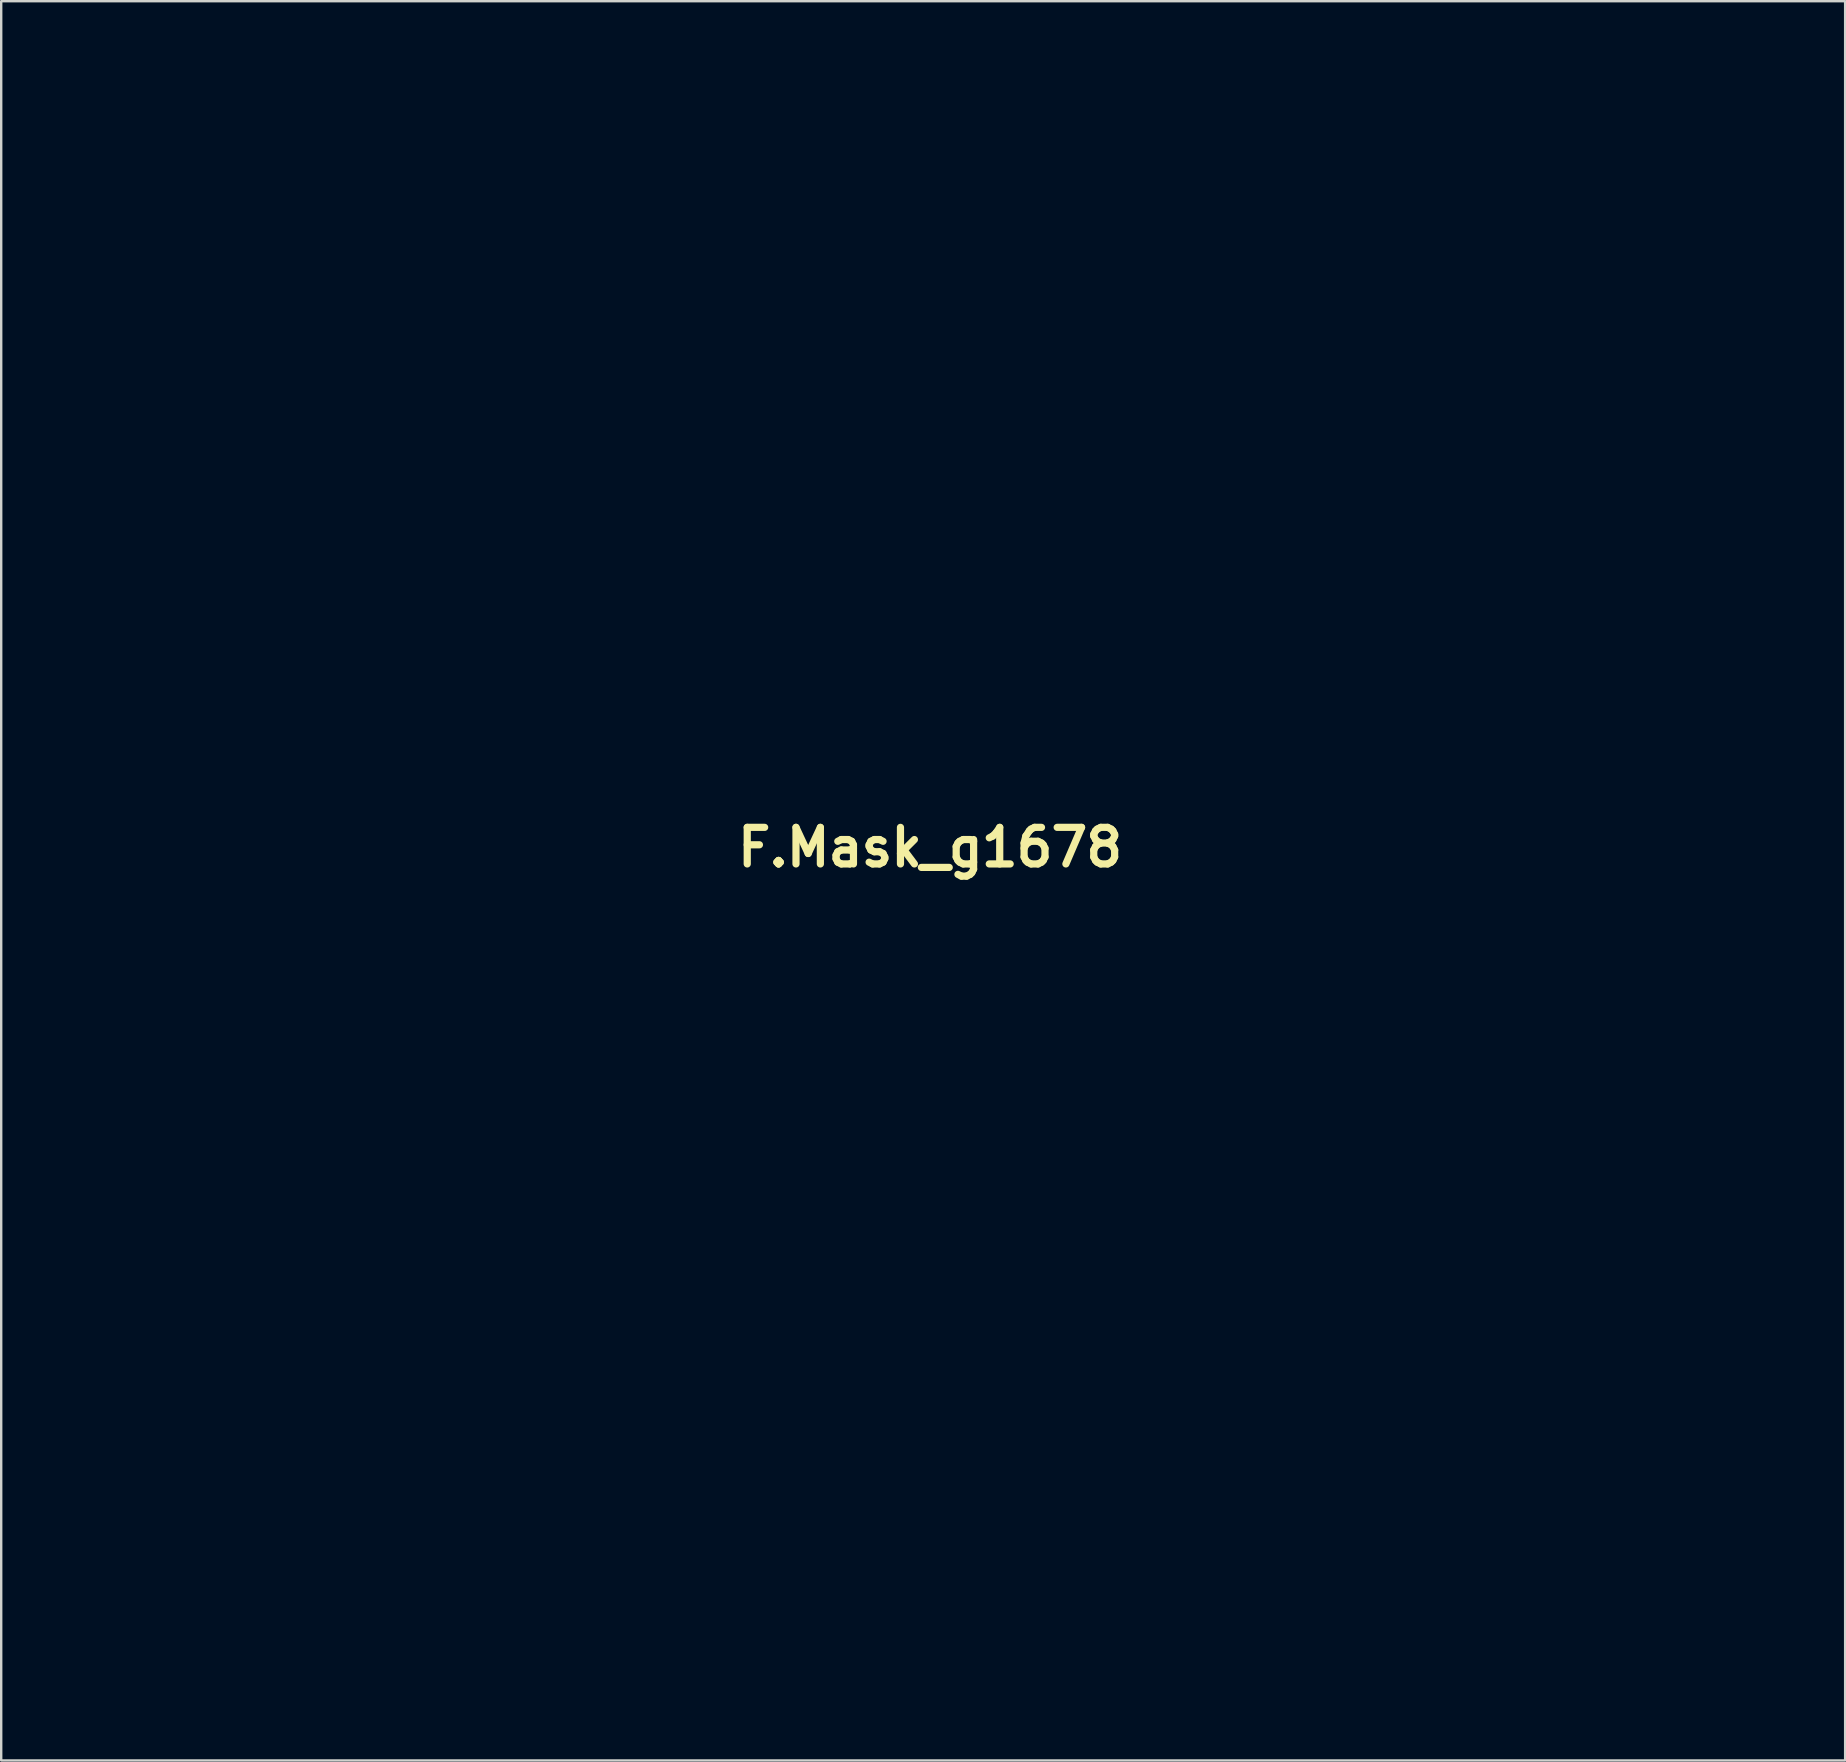
<source format=kicad_pcb>
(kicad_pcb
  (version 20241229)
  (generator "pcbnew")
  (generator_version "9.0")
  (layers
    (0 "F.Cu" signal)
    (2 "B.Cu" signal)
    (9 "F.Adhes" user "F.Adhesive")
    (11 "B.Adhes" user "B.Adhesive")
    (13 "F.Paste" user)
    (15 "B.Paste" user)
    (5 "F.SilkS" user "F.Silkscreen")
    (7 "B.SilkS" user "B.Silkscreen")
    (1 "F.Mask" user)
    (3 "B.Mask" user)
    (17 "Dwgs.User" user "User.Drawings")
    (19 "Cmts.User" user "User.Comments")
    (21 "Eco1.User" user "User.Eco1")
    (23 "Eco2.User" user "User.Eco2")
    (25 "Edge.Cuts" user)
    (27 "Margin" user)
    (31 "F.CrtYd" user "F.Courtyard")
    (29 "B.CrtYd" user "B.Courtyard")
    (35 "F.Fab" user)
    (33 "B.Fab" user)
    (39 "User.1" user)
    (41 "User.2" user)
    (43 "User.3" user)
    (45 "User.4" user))
  (footprint "F.Mask_g1678"
    (layer "F.Cu")
    (at 35.713 32.267)
    (property "Reference" "F.Mask_g1678" (at 0 0 0) (layer "F.SilkS") (effects (font (size 1.524 1.524) (thickness 0.3))))
    (attr through_hole)
    (fp_poly (pts (xy 6.057 34.041) (xy 6.191 34.048) (xy 6.295 34.058) (xy 6.297 34.058) (xy 6.511 34.097) (xy 6.714 34.15) (xy 6.899 34.215) (xy 7.058 34.289) (xy 7.184 34.37) (xy 7.225 34.404) (xy 7.275 34.458) (xy 7.294 34.5) (xy 7.278 34.529) (xy 7.227 34.547) (xy 7.138 34.554) (xy 7.011 34.55) (xy 6.89 34.541) (xy 6.564 34.524) (xy 6.206 34.529) (xy 5.819 34.553) (xy 5.406 34.597) (xy 4.971 34.66) (xy 4.519 34.742) (xy 4.052 34.842) (xy 3.627 34.946) (xy 3.461 34.989) (xy 3.332 35.019) (xy 3.234 35.039) (xy 3.164 35.049) (xy 3.117 35.049) (xy 3.089 35.04) (xy 3.079 35.029) (xy 3.085 35.001) (xy 3.125 34.957) (xy 3.192 34.899) (xy 3.284 34.832) (xy 3.394 34.757) (xy 3.519 34.679) (xy 3.654 34.599) (xy 3.795 34.522) (xy 3.936 34.45) (xy 3.981 34.428) (xy 4.262 34.312) (xy 4.572 34.212) (xy 4.903 34.13) (xy 5.244 34.07) (xy 5.333 34.058) (xy 5.447 34.048) (xy 5.588 34.041) (xy 5.744 34.038) (xy 5.904 34.038) (xy 6.057 34.041)) (stroke (width 0.01) (type solid)) (fill yes) (layer "F.Mask"))
    (fp_poly (pts (xy -35.195 -8.301) (xy -35.189 -8.296) (xy -35.159 -8.244) (xy -35.132 -8.154) (xy -35.107 -8.029) (xy -35.086 -7.873) (xy -35.069 -7.691) (xy -35.056 -7.486) (xy -35.047 -7.262) (xy -35.044 -7.023) (xy -35.044 -6.964) (xy -35.047 -6.73) (xy -35.054 -6.532) (xy -35.066 -6.364) (xy -35.086 -6.221) (xy -35.113 -6.096) (xy -35.15 -5.983) (xy -35.197 -5.876) (xy -35.256 -5.769) (xy -35.312 -5.682) (xy -35.364 -5.609) (xy -35.429 -5.53) (xy -35.498 -5.453) (xy -35.566 -5.383) (xy -35.625 -5.329) (xy -35.669 -5.297) (xy -35.685 -5.292) (xy -35.703 -5.31) (xy -35.708 -5.339) (xy -35.702 -5.379) (xy -35.687 -5.448) (xy -35.664 -5.536) (xy -35.647 -5.599) (xy -35.619 -5.701) (xy -35.593 -5.809) (xy -35.569 -5.928) (xy -35.546 -6.061) (xy -35.523 -6.213) (xy -35.499 -6.387) (xy -35.475 -6.586) (xy -35.45 -6.817) (xy -35.422 -7.081) (xy -35.393 -7.383) (xy -35.39 -7.408) (xy -35.366 -7.643) (xy -35.345 -7.838) (xy -35.324 -7.995) (xy -35.304 -8.118) (xy -35.285 -8.209) (xy -35.264 -8.27) (xy -35.243 -8.304) (xy -35.22 -8.314) (xy -35.195 -8.301)) (stroke (width 0.01) (type solid)) (fill yes) (layer "F.Mask"))
    (fp_poly (pts (xy 35.124 8.226) (xy 35.133 8.284) (xy 35.113 8.371) (xy 35.064 8.486) (xy 35.061 8.491) (xy 35.017 8.576) (xy 34.96 8.681) (xy 34.898 8.793) (xy 34.855 8.869) (xy 34.714 9.126) (xy 34.569 9.414) (xy 34.426 9.722) (xy 34.289 10.039) (xy 34.162 10.354) (xy 34.051 10.656) (xy 33.997 10.817) (xy 33.898 11.138) (xy 33.813 11.452) (xy 33.739 11.767) (xy 33.674 12.094) (xy 33.617 12.443) (xy 33.564 12.823) (xy 33.559 12.859) (xy 33.529 13.078) (xy 33.498 13.256) (xy 33.467 13.393) (xy 33.435 13.49) (xy 33.401 13.548) (xy 33.366 13.567) (xy 33.33 13.548) (xy 33.307 13.52) (xy 33.278 13.453) (xy 33.251 13.352) (xy 33.227 13.221) (xy 33.207 13.069) (xy 33.191 12.903) (xy 33.18 12.728) (xy 33.175 12.552) (xy 33.176 12.382) (xy 33.183 12.225) (xy 33.187 12.184) (xy 33.232 11.831) (xy 33.303 11.458) (xy 33.398 11.073) (xy 33.512 10.682) (xy 33.644 10.294) (xy 33.791 9.916) (xy 33.951 9.555) (xy 34.121 9.22) (xy 34.298 8.917) (xy 34.349 8.837) (xy 34.465 8.675) (xy 34.586 8.529) (xy 34.706 8.404) (xy 34.82 8.305) (xy 34.923 8.239) (xy 34.93 8.236) (xy 35.022 8.201) (xy 35.087 8.198) (xy 35.124 8.226)) (stroke (width 0.01) (type solid)) (fill yes) (layer "F.Mask"))
    (fp_poly (pts (xy -18.734 -32.116) (xy -18.724 -31.958) (xy -18.747 -31.79) (xy -18.803 -31.612) (xy -18.894 -31.422) (xy -19.02 -31.219) (xy -19.181 -31.002) (xy -19.379 -30.77) (xy -19.614 -30.521) (xy -19.773 -30.364) (xy -20.092 -30.067) (xy -20.427 -29.781) (xy -20.772 -29.51) (xy -21.123 -29.255) (xy -21.476 -29.02) (xy -21.827 -28.807) (xy -22.172 -28.618) (xy -22.507 -28.457) (xy -22.827 -28.326) (xy -23.128 -28.228) (xy -23.143 -28.223) (xy -23.258 -28.197) (xy -23.383 -28.176) (xy -23.509 -28.162) (xy -23.63 -28.154) (xy -23.736 -28.153) (xy -23.82 -28.16) (xy -23.873 -28.175) (xy -23.882 -28.182) (xy -23.91 -28.216) (xy -23.918 -28.234) (xy -23.908 -28.257) (xy -23.874 -28.288) (xy -23.814 -28.328) (xy -23.725 -28.38) (xy -23.604 -28.444) (xy -23.448 -28.523) (xy -23.421 -28.537) (xy -23.171 -28.665) (xy -22.928 -28.798) (xy -22.685 -28.941) (xy -22.436 -29.098) (xy -22.174 -29.272) (xy -21.892 -29.469) (xy -21.696 -29.609) (xy -21.274 -29.918) (xy -20.887 -30.209) (xy -20.533 -30.484) (xy -20.21 -30.745) (xy -19.914 -30.995) (xy -19.644 -31.234) (xy -19.397 -31.465) (xy -19.27 -31.59) (xy -19.152 -31.708) (xy -19.06 -31.803) (xy -18.99 -31.879) (xy -18.937 -31.941) (xy -18.897 -31.995) (xy -18.865 -32.045) (xy -18.837 -32.099) (xy -18.833 -32.107) (xy -18.758 -32.262) (xy -18.734 -32.116)) (stroke (width 0.01) (type solid)) (fill yes) (layer "F.Mask"))
    (fp_poly (pts (xy -18.41 30.517) (xy -18.226 30.539) (xy -18.025 30.572) (xy -17.808 30.614) (xy -17.58 30.665) (xy -17.344 30.724) (xy -17.101 30.791) (xy -16.857 30.865) (xy -16.613 30.946) (xy -16.373 31.033) (xy -16.14 31.124) (xy -15.917 31.22) (xy -15.78 31.285) (xy -15.569 31.392) (xy -15.349 31.515) (xy -15.122 31.651) (xy -14.891 31.798) (xy -14.659 31.953) (xy -14.429 32.115) (xy -14.203 32.28) (xy -13.985 32.447) (xy -13.777 32.614) (xy -13.582 32.777) (xy -13.404 32.935) (xy -13.244 33.085) (xy -13.106 33.226) (xy -12.992 33.355) (xy -12.906 33.469) (xy -12.85 33.566) (xy -12.827 33.645) (xy -12.827 33.654) (xy -12.84 33.689) (xy -12.88 33.694) (xy -12.949 33.671) (xy -12.991 33.649) (xy -13.037 33.622) (xy -13.109 33.574) (xy -13.2 33.51) (xy -13.305 33.436) (xy -13.415 33.356) (xy -13.415 33.356) (xy -13.968 32.968) (xy -14.54 32.6) (xy -15.138 32.249) (xy -15.769 31.91) (xy -15.961 31.813) (xy -16.393 31.603) (xy -16.8 31.419) (xy -17.186 31.258) (xy -17.559 31.12) (xy -17.923 31) (xy -18.284 30.897) (xy -18.352 30.88) (xy -18.535 30.832) (xy -18.68 30.79) (xy -18.791 30.753) (xy -18.871 30.72) (xy -18.924 30.689) (xy -18.953 30.658) (xy -18.961 30.635) (xy -18.951 30.582) (xy -18.903 30.543) (xy -18.822 30.518) (xy -18.711 30.506) (xy -18.573 30.506) (xy -18.41 30.517)) (stroke (width 0.01) (type solid)) (fill yes) (layer "F.Mask"))
    (fp_poly (pts (xy -28.873 4.803) (xy -28.848 4.831) (xy -28.826 4.883) (xy -28.806 4.963) (xy -28.786 5.077) (xy -28.765 5.228) (xy -28.763 5.245) (xy -28.735 5.453) (xy -28.705 5.626) (xy -28.671 5.773) (xy -28.633 5.901) (xy -28.587 6.018) (xy -28.554 6.088) (xy -28.446 6.263) (xy -28.306 6.413) (xy -28.132 6.539) (xy -27.923 6.641) (xy -27.824 6.678) (xy -27.716 6.704) (xy -27.574 6.719) (xy -27.406 6.725) (xy -27.219 6.721) (xy -27.02 6.707) (xy -26.968 6.702) (xy -26.859 6.691) (xy -26.764 6.683) (xy -26.692 6.679) (xy -26.652 6.679) (xy -26.646 6.68) (xy -26.628 6.71) (xy -26.644 6.751) (xy -26.69 6.8) (xy -26.759 6.854) (xy -26.847 6.91) (xy -26.948 6.963) (xy -27.057 7.012) (xy -27.168 7.051) (xy -27.273 7.078) (xy -27.448 7.104) (xy -27.643 7.117) (xy -27.837 7.116) (xy -27.94 7.11) (xy -28.136 7.076) (xy -28.329 7.013) (xy -28.508 6.927) (xy -28.66 6.823) (xy -28.661 6.821) (xy -28.755 6.721) (xy -28.842 6.582) (xy -28.92 6.412) (xy -28.987 6.213) (xy -29.041 5.992) (xy -29.049 5.951) (xy -29.064 5.85) (xy -29.074 5.723) (xy -29.08 5.58) (xy -29.083 5.432) (xy -29.081 5.29) (xy -29.075 5.164) (xy -29.065 5.066) (xy -29.06 5.039) (xy -29.032 4.948) (xy -28.993 4.871) (xy -28.949 4.816) (xy -28.905 4.794) (xy -28.903 4.794) (xy -28.873 4.803)) (stroke (width 0.01) (type solid)) (fill yes) (layer "F.Mask"))
    (fp_poly (pts (xy 20.662 -30.963) (xy 20.691 -30.949) (xy 20.733 -30.925) (xy 20.788 -30.889) (xy 20.858 -30.84) (xy 20.946 -30.777) (xy 21.053 -30.699) (xy 21.18 -30.605) (xy 21.329 -30.492) (xy 21.502 -30.361) (xy 21.699 -30.209) (xy 21.924 -30.037) (xy 22.177 -29.841) (xy 22.46 -29.622) (xy 22.774 -29.379) (xy 22.789 -29.367) (xy 23.182 -29.063) (xy 23.544 -28.783) (xy 23.876 -28.527) (xy 24.181 -28.293) (xy 24.462 -28.08) (xy 24.719 -27.886) (xy 24.955 -27.709) (xy 25.172 -27.548) (xy 25.371 -27.402) (xy 25.556 -27.27) (xy 25.727 -27.149) (xy 25.888 -27.038) (xy 26.039 -26.936) (xy 26.183 -26.841) (xy 26.322 -26.752) (xy 26.458 -26.667) (xy 26.469 -26.66) (xy 26.608 -26.572) (xy 26.711 -26.5) (xy 26.779 -26.443) (xy 26.813 -26.399) (xy 26.815 -26.367) (xy 26.787 -26.345) (xy 26.785 -26.344) (xy 26.743 -26.335) (xy 26.688 -26.335) (xy 26.609 -26.347) (xy 26.524 -26.364) (xy 26.347 -26.41) (xy 26.141 -26.477) (xy 25.913 -26.563) (xy 25.669 -26.665) (xy 25.416 -26.779) (xy 25.229 -26.87) (xy 24.819 -27.089) (xy 24.401 -27.337) (xy 23.981 -27.611) (xy 23.562 -27.908) (xy 23.148 -28.223) (xy 22.744 -28.554) (xy 22.353 -28.896) (xy 21.981 -29.246) (xy 21.631 -29.601) (xy 21.308 -29.956) (xy 21.015 -30.308) (xy 20.757 -30.654) (xy 20.67 -30.781) (xy 20.622 -30.864) (xy 20.604 -30.925) (xy 20.616 -30.959) (xy 20.644 -30.967) (xy 20.662 -30.963)) (stroke (width 0.01) (type solid)) (fill yes) (layer "F.Mask"))
    (fp_poly (pts (xy 0.375 11.255) (xy 0.655 11.278) (xy 0.958 11.314) (xy 1.277 11.361) (xy 1.607 11.419) (xy 1.942 11.487) (xy 2.277 11.564) (xy 2.605 11.649) (xy 2.921 11.741) (xy 3.021 11.772) (xy 3.145 11.813) (xy 3.239 11.851) (xy 3.316 11.89) (xy 3.389 11.937) (xy 3.424 11.963) (xy 3.638 12.133) (xy 3.814 12.295) (xy 3.956 12.452) (xy 4.065 12.609) (xy 4.144 12.772) (xy 4.196 12.944) (xy 4.224 13.129) (xy 4.229 13.334) (xy 4.227 13.397) (xy 4.205 13.639) (xy 4.161 13.857) (xy 4.092 14.066) (xy 3.992 14.279) (xy 3.977 14.308) (xy 3.835 14.54) (xy 3.673 14.745) (xy 3.489 14.925) (xy 3.282 15.08) (xy 3.049 15.211) (xy 2.789 15.318) (xy 2.501 15.401) (xy 2.183 15.463) (xy 1.833 15.502) (xy 1.449 15.521) (xy 1.03 15.519) (xy 0.868 15.513) (xy 0.438 15.488) (xy 0.028 15.449) (xy -0.36 15.398) (xy -0.723 15.336) (xy -1.057 15.261) (xy -1.358 15.177) (xy -1.623 15.082) (xy -1.767 15.019) (xy -1.938 14.929) (xy -2.085 14.831) (xy -2.21 14.719) (xy -2.318 14.59) (xy -2.411 14.437) (xy -2.493 14.258) (xy -2.567 14.046) (xy -2.637 13.797) (xy -2.645 13.765) (xy -2.68 13.55) (xy -2.682 13.317) (xy -2.652 13.077) (xy -2.591 12.839) (xy -2.573 12.788) (xy -2.514 12.663) (xy -2.423 12.522) (xy -2.302 12.371) (xy -2.156 12.213) (xy -2.118 12.174) (xy -1.854 11.935) (xy -1.59 11.735) (xy -1.322 11.573) (xy -1.045 11.445) (xy -0.752 11.351) (xy -0.44 11.286) (xy -0.103 11.25) (xy -0.095 11.25) (xy 0.123 11.245) (xy 0.375 11.255)) (stroke (width 0.01) (type solid)) (fill yes) (layer "F.Mask"))
    (fp_poly (pts (xy -1.074 20.847) (xy -1.056 20.862) (xy -1.005 20.922) (xy -0.965 21.003) (xy -0.931 21.114) (xy -0.918 21.171) (xy -0.888 21.281) (xy -0.846 21.377) (xy -0.826 21.409) (xy -0.724 21.533) (xy -0.587 21.662) (xy -0.423 21.79) (xy -0.24 21.913) (xy -0.043 22.026) (xy 0.159 22.125) (xy 0.359 22.205) (xy 0.456 22.237) (xy 0.658 22.28) (xy 0.873 22.296) (xy 1.083 22.284) (xy 1.217 22.26) (xy 1.341 22.221) (xy 1.485 22.162) (xy 1.636 22.09) (xy 1.779 22.01) (xy 1.902 21.93) (xy 1.926 21.913) (xy 2.073 21.788) (xy 2.224 21.636) (xy 2.37 21.468) (xy 2.487 21.315) (xy 2.584 21.184) (xy 2.672 21.077) (xy 2.75 20.998) (xy 2.812 20.949) (xy 2.854 20.934) (xy 2.898 20.952) (xy 2.927 21.005) (xy 2.939 21.085) (xy 2.936 21.188) (xy 2.919 21.308) (xy 2.887 21.44) (xy 2.84 21.578) (xy 2.798 21.68) (xy 2.654 21.948) (xy 2.475 22.193) (xy 2.265 22.413) (xy 2.026 22.606) (xy 1.761 22.768) (xy 1.474 22.898) (xy 1.395 22.926) (xy 1.317 22.952) (xy 1.251 22.971) (xy 1.187 22.983) (xy 1.116 22.991) (xy 1.026 22.996) (xy 0.909 22.999) (xy 0.857 23) (xy 0.739 23.001) (xy 0.633 23.001) (xy 0.548 23) (xy 0.492 22.997) (xy 0.476 22.995) (xy 0.188 22.902) (xy -0.082 22.773) (xy -0.33 22.611) (xy -0.553 22.42) (xy -0.748 22.202) (xy -0.913 21.96) (xy -1.043 21.697) (xy -1.101 21.537) (xy -1.124 21.446) (xy -1.143 21.339) (xy -1.156 21.225) (xy -1.163 21.111) (xy -1.164 21.008) (xy -1.158 20.924) (xy -1.145 20.867) (xy -1.134 20.851) (xy -1.104 20.834) (xy -1.074 20.847)) (stroke (width 0.01) (type solid)) (fill yes) (layer "F.Mask"))
    (fp_poly (pts (xy 30.791 -2.161) (xy 30.814 -2.148) (xy 30.895 -2.09) (xy 30.994 -2.014) (xy 31.099 -1.927) (xy 31.201 -1.839) (xy 31.289 -1.758) (xy 31.347 -1.698) (xy 31.449 -1.563) (xy 31.544 -1.394) (xy 31.628 -1.2) (xy 31.699 -0.99) (xy 31.752 -0.774) (xy 31.761 -0.722) (xy 31.779 -0.586) (xy 31.789 -0.434) (xy 31.791 -0.279) (xy 31.786 -0.133) (xy 31.772 -0.009) (xy 31.76 0.053) (xy 31.712 0.184) (xy 31.635 0.333) (xy 31.533 0.492) (xy 31.41 0.656) (xy 31.272 0.816) (xy 31.179 0.912) (xy 31.017 1.052) (xy 30.843 1.16) (xy 30.667 1.232) (xy 30.596 1.25) (xy 30.543 1.257) (xy 30.455 1.264) (xy 30.341 1.269) (xy 30.209 1.274) (xy 30.065 1.278) (xy 29.916 1.281) (xy 29.771 1.282) (xy 29.637 1.283) (xy 29.52 1.281) (xy 29.428 1.278) (xy 29.369 1.274) (xy 29.358 1.272) (xy 29.254 1.239) (xy 29.174 1.198) (xy 29.123 1.152) (xy 29.108 1.105) (xy 29.112 1.09) (xy 29.125 1.068) (xy 29.15 1.047) (xy 29.191 1.027) (xy 29.251 1.007) (xy 29.336 0.984) (xy 29.448 0.958) (xy 29.593 0.928) (xy 29.773 0.893) (xy 29.845 0.879) (xy 30.038 0.837) (xy 30.199 0.788) (xy 30.336 0.729) (xy 30.459 0.653) (xy 30.578 0.558) (xy 30.67 0.47) (xy 30.87 0.247) (xy 31.028 0.024) (xy 31.143 -0.201) (xy 31.217 -0.428) (xy 31.249 -0.656) (xy 31.241 -0.868) (xy 31.229 -0.96) (xy 31.212 -1.046) (xy 31.19 -1.13) (xy 31.158 -1.221) (xy 31.115 -1.326) (xy 31.058 -1.451) (xy 30.985 -1.602) (xy 30.942 -1.688) (xy 30.865 -1.846) (xy 30.808 -1.97) (xy 30.769 -2.061) (xy 30.749 -2.124) (xy 30.746 -2.159) (xy 30.761 -2.171) (xy 30.791 -2.161)) (stroke (width 0.01) (type solid)) (fill yes) (layer "F.Mask"))
    (fp_poly (pts (xy -11.445 -27.807) (xy -11.266 -27.797) (xy -11.119 -27.779) (xy -10.992 -27.753) (xy -10.876 -27.715) (xy -10.76 -27.664) (xy -10.65 -27.595) (xy -10.53 -27.492) (xy -10.407 -27.364) (xy -10.284 -27.217) (xy -10.169 -27.057) (xy -10.065 -26.893) (xy -9.979 -26.73) (xy -9.915 -26.576) (xy -9.9 -26.53) (xy -9.858 -26.318) (xy -9.855 -26.093) (xy -9.891 -25.853) (xy -9.966 -25.598) (xy -10.08 -25.328) (xy -10.101 -25.284) (xy -10.275 -24.981) (xy -10.48 -24.707) (xy -10.715 -24.46) (xy -10.979 -24.244) (xy -11.27 -24.059) (xy -11.587 -23.907) (xy -11.885 -23.801) (xy -12.07 -23.751) (xy -12.289 -23.699) (xy -12.535 -23.647) (xy -12.798 -23.598) (xy -13.071 -23.551) (xy -13.346 -23.509) (xy -13.614 -23.473) (xy -13.868 -23.444) (xy -14.002 -23.432) (xy -14.158 -23.422) (xy -14.321 -23.415) (xy -14.484 -23.413) (xy -14.636 -23.415) (xy -14.769 -23.421) (xy -14.876 -23.43) (xy -14.937 -23.441) (xy -15.029 -23.47) (xy -15.146 -23.517) (xy -15.277 -23.579) (xy -15.412 -23.648) (xy -15.541 -23.721) (xy -15.571 -23.74) (xy -15.752 -23.877) (xy -15.905 -24.044) (xy -16.028 -24.238) (xy -16.118 -24.454) (xy -16.122 -24.469) (xy -16.14 -24.553) (xy -16.153 -24.67) (xy -16.162 -24.812) (xy -16.166 -24.971) (xy -16.165 -25.138) (xy -16.158 -25.304) (xy -16.154 -25.36) (xy -16.143 -25.487) (xy -16.132 -25.583) (xy -16.117 -25.661) (xy -16.096 -25.73) (xy -16.068 -25.804) (xy -16.067 -25.804) (xy -15.956 -26.031) (xy -15.817 -26.242) (xy -15.648 -26.439) (xy -15.449 -26.622) (xy -15.217 -26.793) (xy -14.951 -26.952) (xy -14.651 -27.1) (xy -14.313 -27.237) (xy -13.938 -27.366) (xy -13.523 -27.487) (xy -13.282 -27.549) (xy -12.928 -27.632) (xy -12.608 -27.699) (xy -12.317 -27.749) (xy -12.05 -27.784) (xy -11.802 -27.804) (xy -11.57 -27.81) (xy -11.445 -27.807)) (stroke (width 0.01) (type solid)) (fill yes) (layer "F.Mask"))
    (fp_poly (pts (xy -24.325 -6.491) (xy -24.21 -6.476) (xy -24.103 -6.444) (xy -24.008 -6.402) (xy -23.8 -6.279) (xy -23.591 -6.12) (xy -23.387 -5.932) (xy -23.195 -5.723) (xy -23.022 -5.498) (xy -22.873 -5.264) (xy -22.819 -5.166) (xy -22.764 -5.058) (xy -22.72 -4.969) (xy -22.686 -4.891) (xy -22.661 -4.818) (xy -22.643 -4.742) (xy -22.63 -4.657) (xy -22.622 -4.557) (xy -22.617 -4.433) (xy -22.614 -4.28) (xy -22.611 -4.117) (xy -22.609 -3.818) (xy -22.612 -3.553) (xy -22.622 -3.313) (xy -22.639 -3.09) (xy -22.662 -2.876) (xy -22.694 -2.662) (xy -22.702 -2.614) (xy -22.737 -2.426) (xy -22.781 -2.224) (xy -22.831 -2.013) (xy -22.885 -1.801) (xy -22.942 -1.596) (xy -23 -1.405) (xy -23.056 -1.235) (xy -23.108 -1.093) (xy -23.148 -1.001) (xy -23.226 -0.862) (xy -23.327 -0.719) (xy -23.445 -0.578) (xy -23.574 -0.444) (xy -23.707 -0.324) (xy -23.838 -0.225) (xy -23.96 -0.152) (xy -24.045 -0.118) (xy -24.131 -0.1) (xy -24.248 -0.086) (xy -24.384 -0.077) (xy -24.527 -0.073) (xy -24.665 -0.074) (xy -24.788 -0.081) (xy -24.823 -0.085) (xy -25.019 -0.118) (xy -25.192 -0.165) (xy -25.35 -0.231) (xy -25.503 -0.32) (xy -25.658 -0.437) (xy -25.825 -0.586) (xy -25.852 -0.612) (xy -26.024 -0.791) (xy -26.162 -0.964) (xy -26.271 -1.138) (xy -26.357 -1.323) (xy -26.405 -1.46) (xy -26.472 -1.719) (xy -26.521 -2.003) (xy -26.55 -2.314) (xy -26.561 -2.654) (xy -26.553 -3.026) (xy -26.526 -3.431) (xy -26.481 -3.872) (xy -26.468 -3.978) (xy -26.413 -4.364) (xy -26.349 -4.71) (xy -26.276 -5.019) (xy -26.192 -5.292) (xy -26.095 -5.531) (xy -25.984 -5.738) (xy -25.858 -5.916) (xy -25.714 -6.066) (xy -25.552 -6.19) (xy -25.369 -6.29) (xy -25.165 -6.369) (xy -24.938 -6.428) (xy -24.687 -6.47) (xy -24.623 -6.477) (xy -24.459 -6.491) (xy -24.325 -6.491)) (stroke (width 0.01) (type solid)) (fill yes) (layer "F.Mask"))
    (fp_poly (pts (xy 14.84 -24.953) (xy 14.975 -24.944) (xy 15.045 -24.935) (xy 15.319 -24.871) (xy 15.601 -24.765) (xy 15.891 -24.619) (xy 16.129 -24.472) (xy 16.272 -24.374) (xy 16.405 -24.277) (xy 16.534 -24.174) (xy 16.668 -24.061) (xy 16.811 -23.931) (xy 16.972 -23.779) (xy 17.09 -23.665) (xy 17.41 -23.341) (xy 17.698 -23.032) (xy 17.95 -22.739) (xy 18.166 -22.463) (xy 18.306 -22.264) (xy 18.453 -22.028) (xy 18.566 -21.812) (xy 18.646 -21.611) (xy 18.693 -21.42) (xy 18.71 -21.236) (xy 18.696 -21.053) (xy 18.66 -20.889) (xy 18.583 -20.661) (xy 18.486 -20.441) (xy 18.373 -20.237) (xy 18.25 -20.058) (xy 18.121 -19.912) (xy 18.107 -19.899) (xy 17.942 -19.768) (xy 17.753 -19.663) (xy 17.539 -19.585) (xy 17.298 -19.532) (xy 17.025 -19.503) (xy 16.775 -19.497) (xy 16.654 -19.499) (xy 16.536 -19.504) (xy 16.433 -19.51) (xy 16.359 -19.517) (xy 16.352 -19.518) (xy 16.028 -19.586) (xy 15.711 -19.696) (xy 15.403 -19.845) (xy 15.107 -20.032) (xy 15.045 -20.077) (xy 14.911 -20.187) (xy 14.761 -20.326) (xy 14.598 -20.491) (xy 14.426 -20.676) (xy 14.248 -20.877) (xy 14.068 -21.089) (xy 13.89 -21.309) (xy 13.717 -21.531) (xy 13.553 -21.752) (xy 13.4 -21.966) (xy 13.264 -22.169) (xy 13.147 -22.356) (xy 13.052 -22.524) (xy 12.984 -22.667) (xy 12.978 -22.683) (xy 12.945 -22.796) (xy 12.919 -22.939) (xy 12.901 -23.103) (xy 12.891 -23.275) (xy 12.891 -23.444) (xy 12.9 -23.6) (xy 12.919 -23.731) (xy 12.922 -23.744) (xy 12.98 -23.915) (xy 13.067 -24.085) (xy 13.178 -24.242) (xy 13.303 -24.375) (xy 13.36 -24.423) (xy 13.429 -24.47) (xy 13.527 -24.531) (xy 13.643 -24.6) (xy 13.77 -24.673) (xy 13.898 -24.743) (xy 14.018 -24.807) (xy 14.121 -24.859) (xy 14.197 -24.894) (xy 14.203 -24.896) (xy 14.289 -24.919) (xy 14.407 -24.937) (xy 14.545 -24.949) (xy 14.693 -24.955) (xy 14.84 -24.953)) (stroke (width 0.01) (type solid)) (fill yes) (layer "F.Mask"))
    (fp_poly (pts (xy 24.054 -12.38) (xy 24.177 -12.375) (xy 24.28 -12.364) (xy 24.37 -12.347) (xy 24.453 -12.323) (xy 24.538 -12.289) (xy 24.632 -12.246) (xy 24.637 -12.244) (xy 24.822 -12.146) (xy 24.981 -12.042) (xy 25.128 -11.92) (xy 25.258 -11.792) (xy 25.434 -11.587) (xy 25.598 -11.35) (xy 25.753 -11.08) (xy 25.898 -10.775) (xy 26.034 -10.434) (xy 26.163 -10.054) (xy 26.284 -9.634) (xy 26.308 -9.546) (xy 26.393 -9.204) (xy 26.462 -8.894) (xy 26.516 -8.612) (xy 26.554 -8.352) (xy 26.579 -8.109) (xy 26.59 -7.876) (xy 26.592 -7.779) (xy 26.588 -7.578) (xy 26.576 -7.411) (xy 26.554 -7.268) (xy 26.52 -7.143) (xy 26.474 -7.025) (xy 26.459 -6.994) (xy 26.394 -6.89) (xy 26.297 -6.775) (xy 26.175 -6.654) (xy 26.035 -6.532) (xy 25.882 -6.415) (xy 25.725 -6.308) (xy 25.569 -6.218) (xy 25.501 -6.185) (xy 25.306 -6.112) (xy 25.101 -6.074) (xy 24.878 -6.07) (xy 24.786 -6.077) (xy 24.644 -6.101) (xy 24.48 -6.144) (xy 24.305 -6.202) (xy 24.133 -6.271) (xy 24.056 -6.307) (xy 23.753 -6.477) (xy 23.476 -6.68) (xy 23.226 -6.913) (xy 23.007 -7.174) (xy 22.819 -7.461) (xy 22.666 -7.771) (xy 22.621 -7.885) (xy 22.556 -8.078) (xy 22.49 -8.308) (xy 22.426 -8.571) (xy 22.365 -8.855) (xy 22.306 -9.161) (xy 22.256 -9.462) (xy 22.213 -9.753) (xy 22.179 -10.03) (xy 22.154 -10.289) (xy 22.138 -10.527) (xy 22.131 -10.74) (xy 22.134 -10.923) (xy 22.146 -11.073) (xy 22.169 -11.185) (xy 22.2 -11.271) (xy 22.248 -11.382) (xy 22.306 -11.505) (xy 22.368 -11.628) (xy 22.429 -11.74) (xy 22.483 -11.829) (xy 22.485 -11.832) (xy 22.614 -11.995) (xy 22.767 -12.13) (xy 22.948 -12.242) (xy 23.106 -12.312) (xy 23.156 -12.331) (xy 23.202 -12.345) (xy 23.25 -12.355) (xy 23.308 -12.363) (xy 23.383 -12.368) (xy 23.482 -12.372) (xy 23.611 -12.376) (xy 23.717 -12.378) (xy 23.903 -12.38) (xy 24.054 -12.38)) (stroke (width 0.01) (type solid)) (fill yes) (layer "F.Mask"))
    (fp_poly (pts (xy 20.662 12.676) (xy 20.715 12.732) (xy 20.778 12.827) (xy 20.85 12.962) (xy 20.883 13.028) (xy 21.016 13.336) (xy 21.113 13.632) (xy 21.175 13.923) (xy 21.205 14.216) (xy 21.208 14.362) (xy 21.198 14.593) (xy 21.168 14.8) (xy 21.116 14.993) (xy 21.078 15.096) (xy 20.938 15.392) (xy 20.765 15.663) (xy 20.563 15.906) (xy 20.335 16.12) (xy 20.084 16.304) (xy 19.811 16.454) (xy 19.52 16.569) (xy 19.214 16.647) (xy 18.895 16.686) (xy 18.838 16.689) (xy 18.739 16.692) (xy 18.648 16.692) (xy 18.579 16.69) (xy 18.553 16.688) (xy 18.338 16.648) (xy 18.133 16.592) (xy 17.932 16.518) (xy 17.729 16.422) (xy 17.521 16.302) (xy 17.303 16.156) (xy 17.068 15.981) (xy 16.85 15.807) (xy 16.737 15.712) (xy 16.654 15.639) (xy 16.598 15.586) (xy 16.565 15.548) (xy 16.553 15.521) (xy 16.557 15.504) (xy 16.559 15.501) (xy 16.565 15.497) (xy 16.577 15.497) (xy 16.598 15.5) (xy 16.633 15.509) (xy 16.685 15.525) (xy 16.759 15.549) (xy 16.857 15.582) (xy 16.986 15.626) (xy 17.147 15.681) (xy 17.272 15.724) (xy 17.456 15.787) (xy 17.611 15.835) (xy 17.744 15.871) (xy 17.866 15.897) (xy 17.986 15.913) (xy 18.113 15.923) (xy 18.255 15.927) (xy 18.373 15.927) (xy 18.553 15.924) (xy 18.702 15.915) (xy 18.832 15.898) (xy 18.954 15.871) (xy 19.079 15.832) (xy 19.219 15.778) (xy 19.237 15.771) (xy 19.497 15.641) (xy 19.745 15.476) (xy 19.973 15.279) (xy 20.177 15.057) (xy 20.35 14.814) (xy 20.41 14.711) (xy 20.496 14.529) (xy 20.57 14.325) (xy 20.628 14.114) (xy 20.665 13.907) (xy 20.68 13.718) (xy 20.68 13.708) (xy 20.676 13.635) (xy 20.667 13.534) (xy 20.652 13.419) (xy 20.637 13.314) (xy 20.607 13.13) (xy 20.585 12.984) (xy 20.57 12.87) (xy 20.563 12.786) (xy 20.563 12.727) (xy 20.569 12.689) (xy 20.583 12.668) (xy 20.603 12.659) (xy 20.617 12.658) (xy 20.662 12.676)) (stroke (width 0.01) (type solid)) (fill yes) (layer "F.Mask"))
    (fp_poly (pts (xy -17.375 13.484) (xy -17.362 13.548) (xy -17.357 13.647) (xy -17.362 13.782) (xy -17.375 13.955) (xy -17.397 14.168) (xy -17.399 14.182) (xy -17.413 14.316) (xy -17.426 14.448) (xy -17.435 14.567) (xy -17.44 14.663) (xy -17.441 14.706) (xy -17.426 14.996) (xy -17.382 15.294) (xy -17.313 15.584) (xy -17.231 15.824) (xy -17.097 16.108) (xy -16.926 16.385) (xy -16.722 16.65) (xy -16.49 16.9) (xy -16.235 17.129) (xy -15.962 17.332) (xy -15.675 17.506) (xy -15.38 17.646) (xy -15.258 17.692) (xy -15.101 17.743) (xy -14.961 17.781) (xy -14.824 17.806) (xy -14.678 17.821) (xy -14.509 17.828) (xy -14.393 17.829) (xy -14.175 17.825) (xy -13.984 17.812) (xy -13.807 17.786) (xy -13.631 17.746) (xy -13.441 17.69) (xy -13.396 17.675) (xy -13.276 17.633) (xy -13.161 17.588) (xy -13.045 17.537) (xy -12.921 17.476) (xy -12.781 17.402) (xy -12.619 17.312) (xy -12.452 17.216) (xy -12.313 17.137) (xy -12.207 17.076) (xy -12.126 17.033) (xy -12.068 17.005) (xy -12.027 16.99) (xy -11.997 16.984) (xy -11.975 16.987) (xy -11.97 16.989) (xy -11.943 17.02) (xy -11.94 17.078) (xy -11.958 17.157) (xy -11.996 17.25) (xy -12.05 17.353) (xy -12.119 17.459) (xy -12.2 17.561) (xy -12.207 17.57) (xy -12.401 17.771) (xy -12.627 17.972) (xy -12.874 18.165) (xy -13.132 18.344) (xy -13.391 18.499) (xy -13.557 18.585) (xy -13.701 18.652) (xy -13.82 18.701) (xy -13.926 18.736) (xy -14.028 18.76) (xy -14.127 18.775) (xy -14.218 18.783) (xy -14.339 18.789) (xy -14.483 18.793) (xy -14.64 18.794) (xy -14.803 18.793) (xy -14.962 18.79) (xy -15.109 18.784) (xy -15.235 18.777) (xy -15.331 18.769) (xy -15.367 18.763) (xy -15.682 18.693) (xy -15.976 18.598) (xy -16.253 18.475) (xy -16.521 18.323) (xy -16.783 18.137) (xy -17.045 17.916) (xy -17.241 17.728) (xy -17.483 17.464) (xy -17.685 17.197) (xy -17.849 16.924) (xy -17.976 16.641) (xy -18.068 16.346) (xy -18.11 16.149) (xy -18.127 16.007) (xy -18.136 15.835) (xy -18.136 15.647) (xy -18.129 15.453) (xy -18.114 15.268) (xy -18.092 15.101) (xy -18.078 15.027) (xy -18.038 14.858) (xy -17.987 14.678) (xy -17.928 14.491) (xy -17.864 14.304) (xy -17.796 14.122) (xy -17.727 13.951) (xy -17.658 13.797) (xy -17.593 13.665) (xy -17.534 13.561) (xy -17.482 13.492) (xy -17.473 13.483) (xy -17.431 13.453) (xy -17.398 13.453) (xy -17.375 13.484)) (stroke (width 0.01) (type solid)) (fill yes) (layer "F.Mask"))
    (fp_poly (pts (xy 33.951 -6.787) (xy 33.969 -6.759) (xy 33.988 -6.704) (xy 34.01 -6.615) (xy 34.012 -6.609) (xy 34.127 -6.057) (xy 34.227 -5.475) (xy 34.311 -4.86) (xy 34.38 -4.212) (xy 34.433 -3.529) (xy 34.471 -2.811) (xy 34.494 -2.056) (xy 34.501 -1.262) (xy 34.501 -1.249) (xy 34.499 -0.682) (xy 34.49 -0.151) (xy 34.476 0.352) (xy 34.456 0.832) (xy 34.428 1.296) (xy 34.394 1.75) (xy 34.351 2.202) (xy 34.3 2.657) (xy 34.24 3.123) (xy 34.17 3.606) (xy 34.11 3.99) (xy 34.07 4.248) (xy 34.035 4.469) (xy 34.007 4.66) (xy 33.983 4.824) (xy 33.964 4.969) (xy 33.95 5.099) (xy 33.938 5.219) (xy 33.93 5.335) (xy 33.923 5.453) (xy 33.918 5.577) (xy 33.915 5.669) (xy 33.911 5.828) (xy 33.91 5.954) (xy 33.912 6.055) (xy 33.917 6.14) (xy 33.926 6.219) (xy 33.939 6.3) (xy 33.941 6.307) (xy 33.96 6.43) (xy 33.966 6.514) (xy 33.959 6.564) (xy 33.939 6.583) (xy 33.936 6.583) (xy 33.907 6.574) (xy 33.86 6.553) (xy 33.856 6.551) (xy 33.76 6.48) (xy 33.681 6.377) (xy 33.625 6.25) (xy 33.622 6.238) (xy 33.607 6.176) (xy 33.596 6.107) (xy 33.589 6.022) (xy 33.586 5.913) (xy 33.585 5.772) (xy 33.585 5.747) (xy 33.585 5.657) (xy 33.587 5.572) (xy 33.59 5.486) (xy 33.595 5.396) (xy 33.602 5.298) (xy 33.611 5.188) (xy 33.623 5.063) (xy 33.638 4.919) (xy 33.657 4.751) (xy 33.68 4.557) (xy 33.707 4.331) (xy 33.738 4.072) (xy 33.773 3.789) (xy 33.825 3.367) (xy 33.871 2.982) (xy 33.912 2.632) (xy 33.949 2.311) (xy 33.981 2.016) (xy 34.009 1.742) (xy 34.034 1.485) (xy 34.055 1.242) (xy 34.074 1.008) (xy 34.09 0.78) (xy 34.103 0.552) (xy 34.115 0.321) (xy 34.126 0.083) (xy 34.135 -0.166) (xy 34.144 -0.427) (xy 34.151 -0.728) (xy 34.156 -1.026) (xy 34.157 -1.325) (xy 34.154 -1.63) (xy 34.148 -1.944) (xy 34.139 -2.27) (xy 34.125 -2.613) (xy 34.107 -2.976) (xy 34.084 -3.363) (xy 34.058 -3.778) (xy 34.027 -4.225) (xy 33.991 -4.708) (xy 33.963 -5.069) (xy 33.942 -5.346) (xy 33.924 -5.609) (xy 33.908 -5.855) (xy 33.896 -6.078) (xy 33.888 -6.275) (xy 33.883 -6.442) (xy 33.882 -6.575) (xy 33.884 -6.662) (xy 33.89 -6.736) (xy 33.9 -6.776) (xy 33.916 -6.793) (xy 33.93 -6.795) (xy 33.951 -6.787)) (stroke (width 0.01) (type solid)) (fill yes) (layer "F.Mask"))
    (fp_poly (pts (xy 30.063 15.7) (xy 30.066 15.744) (xy 30.039 15.818) (xy 30.008 15.88) (xy 29.945 15.984) (xy 29.857 16.12) (xy 29.746 16.283) (xy 29.614 16.472) (xy 29.461 16.685) (xy 29.291 16.918) (xy 29.105 17.171) (xy 28.905 17.441) (xy 28.692 17.724) (xy 28.468 18.02) (xy 28.236 18.325) (xy 27.996 18.638) (xy 27.751 18.955) (xy 27.502 19.276) (xy 27.251 19.597) (xy 27 19.916) (xy 26.752 20.23) (xy 26.506 20.539) (xy 26.266 20.838) (xy 26.033 21.127) (xy 25.809 21.401) (xy 25.595 21.661) (xy 25.394 21.902) (xy 25.208 22.122) (xy 25.037 22.32) (xy 25.01 22.352) (xy 24.801 22.583) (xy 24.57 22.828) (xy 24.323 23.079) (xy 24.07 23.327) (xy 23.818 23.565) (xy 23.575 23.785) (xy 23.367 23.965) (xy 23.236 24.072) (xy 23.076 24.2) (xy 22.891 24.347) (xy 22.685 24.508) (xy 22.463 24.679) (xy 22.23 24.859) (xy 21.989 25.042) (xy 21.746 25.226) (xy 21.505 25.408) (xy 21.27 25.583) (xy 21.046 25.748) (xy 20.838 25.9) (xy 20.65 26.035) (xy 20.637 26.044) (xy 20.23 26.33) (xy 19.807 26.617) (xy 19.377 26.901) (xy 18.946 27.176) (xy 18.521 27.44) (xy 18.11 27.686) (xy 17.72 27.912) (xy 17.518 28.024) (xy 17.321 28.131) (xy 17.157 28.217) (xy 17.023 28.284) (xy 16.918 28.332) (xy 16.837 28.363) (xy 16.778 28.378) (xy 16.738 28.378) (xy 16.715 28.364) (xy 16.708 28.353) (xy 16.711 28.302) (xy 16.748 28.238) (xy 16.818 28.164) (xy 16.915 28.084) (xy 17.038 28.001) (xy 17.141 27.94) (xy 17.393 27.796) (xy 17.664 27.633) (xy 17.957 27.45) (xy 18.273 27.246) (xy 18.613 27.019) (xy 18.98 26.769) (xy 19.373 26.495) (xy 19.796 26.196) (xy 20.249 25.87) (xy 20.426 25.742) (xy 20.83 25.446) (xy 21.202 25.169) (xy 21.548 24.907) (xy 21.871 24.656) (xy 22.175 24.411) (xy 22.466 24.17) (xy 22.749 23.929) (xy 23.026 23.684) (xy 23.303 23.431) (xy 23.585 23.166) (xy 23.876 22.886) (xy 24.074 22.692) (xy 24.327 22.44) (xy 24.569 22.195) (xy 24.804 21.954) (xy 25.032 21.715) (xy 25.256 21.475) (xy 25.479 21.231) (xy 25.702 20.981) (xy 25.929 20.721) (xy 26.161 20.449) (xy 26.401 20.163) (xy 26.651 19.86) (xy 26.913 19.537) (xy 27.189 19.192) (xy 27.483 18.821) (xy 27.796 18.422) (xy 28.13 17.993) (xy 28.279 17.801) (xy 28.539 17.466) (xy 28.774 17.164) (xy 28.986 16.894) (xy 29.176 16.654) (xy 29.344 16.444) (xy 29.491 16.262) (xy 29.619 16.107) (xy 29.728 15.978) (xy 29.819 15.874) (xy 29.893 15.794) (xy 29.952 15.737) (xy 29.995 15.701) (xy 30.024 15.685) (xy 30.03 15.684) (xy 30.063 15.7)) (stroke (width 0.01) (type solid)) (fill yes) (layer "F.Mask"))
    (fp_poly (pts (xy -29.876 14.614) (xy -29.678 14.645) (xy -29.499 14.699) (xy -29.331 14.781) (xy -29.162 14.893) (xy -29.105 14.937) (xy -29.009 15.018) (xy -28.913 15.113) (xy -28.813 15.223) (xy -28.708 15.352) (xy -28.594 15.503) (xy -28.47 15.68) (xy -28.333 15.886) (xy -28.179 16.123) (xy -28.063 16.309) (xy -27.663 16.936) (xy -27.26 17.54) (xy -26.851 18.127) (xy -26.432 18.701) (xy -25.998 19.267) (xy -25.547 19.83) (xy -25.074 20.394) (xy -24.577 20.963) (xy -24.05 21.544) (xy -23.49 22.14) (xy -23.414 22.22) (xy -22.879 22.766) (xy -22.339 23.293) (xy -21.781 23.811) (xy -21.197 24.329) (xy -21.007 24.493) (xy -20.868 24.613) (xy -20.728 24.735) (xy -20.593 24.855) (xy -20.469 24.965) (xy -20.363 25.061) (xy -20.282 25.136) (xy -20.27 25.147) (xy -19.977 25.452) (xy -19.716 25.777) (xy -19.489 26.119) (xy -19.299 26.472) (xy -19.184 26.739) (xy -19.112 26.952) (xy -19.05 27.189) (xy -19 27.437) (xy -18.964 27.681) (xy -18.946 27.908) (xy -18.945 27.988) (xy -18.945 28.077) (xy -18.949 28.132) (xy -18.957 28.16) (xy -18.971 28.171) (xy -18.986 28.173) (xy -19.03 28.156) (xy -19.047 28.136) (xy -19.059 28.105) (xy -19.082 28.04) (xy -19.113 27.949) (xy -19.149 27.839) (xy -19.187 27.718) (xy -19.33 27.297) (xy -19.48 26.912) (xy -19.639 26.559) (xy -19.812 26.232) (xy -19.999 25.926) (xy -20.205 25.634) (xy -20.205 25.634) (xy -20.328 25.479) (xy -20.445 25.353) (xy -20.563 25.248) (xy -20.694 25.154) (xy -20.714 25.14) (xy -20.846 25.05) (xy -21.004 24.93) (xy -21.185 24.785) (xy -21.388 24.616) (xy -21.609 24.426) (xy -21.846 24.217) (xy -22.096 23.992) (xy -22.357 23.753) (xy -22.625 23.503) (xy -22.899 23.244) (xy -23.176 22.978) (xy -23.453 22.708) (xy -23.728 22.436) (xy -23.997 22.165) (xy -24.259 21.897) (xy -24.51 21.635) (xy -24.749 21.381) (xy -24.859 21.262) (xy -25.344 20.72) (xy -25.805 20.176) (xy -26.246 19.624) (xy -26.671 19.059) (xy -27.086 18.475) (xy -27.493 17.865) (xy -27.897 17.225) (xy -28.3 16.552) (xy -28.458 16.284) (xy -28.597 16.051) (xy -28.721 15.85) (xy -28.832 15.678) (xy -28.93 15.532) (xy -29.019 15.409) (xy -29.101 15.308) (xy -29.176 15.225) (xy -29.249 15.157) (xy -29.319 15.101) (xy -29.391 15.056) (xy -29.436 15.032) (xy -29.507 14.999) (xy -29.609 14.956) (xy -29.732 14.907) (xy -29.865 14.856) (xy -30 14.806) (xy -30.125 14.762) (xy -30.233 14.726) (xy -30.252 14.72) (xy -30.326 14.693) (xy -30.365 14.667) (xy -30.374 14.643) (xy -30.371 14.628) (xy -30.356 14.617) (xy -30.324 14.61) (xy -30.268 14.607) (xy -30.18 14.605) (xy -30.102 14.605) (xy -29.876 14.614)) (stroke (width 0.01) (type solid)) (fill yes) (layer "F.Mask"))
    (fp_poly (pts (xy -33.514 -3.017) (xy -33.412 -2.97) (xy -33.324 -2.884) (xy -33.248 -2.759) (xy -33.187 -2.597) (xy -33.14 -2.4) (xy -33.124 -2.304) (xy -33.118 -2.233) (xy -33.112 -2.121) (xy -33.107 -1.969) (xy -33.102 -1.776) (xy -33.099 -1.546) (xy -33.096 -1.278) (xy -33.095 -0.984) (xy -33.093 -0.696) (xy -33.091 -0.444) (xy -33.088 -0.223) (xy -33.083 -0.027) (xy -33.077 0.149) (xy -33.069 0.312) (xy -33.059 0.466) (xy -33.047 0.619) (xy -33.031 0.775) (xy -33.013 0.94) (xy -32.991 1.121) (xy -32.977 1.228) (xy -32.929 1.584) (xy -32.874 1.941) (xy -32.813 2.3) (xy -32.744 2.665) (xy -32.667 3.041) (xy -32.58 3.429) (xy -32.484 3.834) (xy -32.377 4.259) (xy -32.258 4.708) (xy -32.127 5.183) (xy -31.982 5.689) (xy -31.824 6.229) (xy -31.708 6.615) (xy -31.612 6.937) (xy -31.528 7.225) (xy -31.456 7.481) (xy -31.394 7.711) (xy -31.342 7.918) (xy -31.313 8.036) (xy -31.289 8.145) (xy -31.273 8.239) (xy -31.262 8.331) (xy -31.256 8.435) (xy -31.254 8.563) (xy -31.254 8.618) (xy -31.253 8.949) (xy -31.353 9.147) (xy -31.409 9.248) (xy -31.481 9.365) (xy -31.566 9.493) (xy -31.66 9.627) (xy -31.76 9.764) (xy -31.862 9.898) (xy -31.962 10.024) (xy -32.058 10.139) (xy -32.144 10.238) (xy -32.219 10.316) (xy -32.278 10.369) (xy -32.318 10.392) (xy -32.323 10.393) (xy -32.34 10.375) (xy -32.343 10.355) (xy -32.331 10.326) (xy -32.299 10.269) (xy -32.25 10.19) (xy -32.189 10.094) (xy -32.119 9.99) (xy -31.973 9.771) (xy -31.853 9.578) (xy -31.758 9.405) (xy -31.684 9.247) (xy -31.629 9.098) (xy -31.592 8.952) (xy -31.57 8.804) (xy -31.56 8.648) (xy -31.559 8.587) (xy -31.56 8.502) (xy -31.563 8.423) (xy -31.568 8.345) (xy -31.576 8.266) (xy -31.589 8.182) (xy -31.608 8.09) (xy -31.632 7.985) (xy -31.664 7.866) (xy -31.703 7.728) (xy -31.751 7.568) (xy -31.809 7.383) (xy -31.878 7.169) (xy -31.957 6.922) (xy -32.05 6.64) (xy -32.078 6.551) (xy -32.175 6.257) (xy -32.259 5.998) (xy -32.332 5.772) (xy -32.397 5.572) (xy -32.453 5.396) (xy -32.502 5.239) (xy -32.546 5.096) (xy -32.586 4.964) (xy -32.624 4.838) (xy -32.66 4.714) (xy -32.695 4.587) (xy -32.732 4.454) (xy -32.755 4.371) (xy -32.945 3.62) (xy -33.103 2.873) (xy -33.167 2.519) (xy -33.204 2.299) (xy -33.236 2.099) (xy -33.264 1.912) (xy -33.289 1.735) (xy -33.309 1.563) (xy -33.326 1.392) (xy -33.341 1.217) (xy -33.352 1.033) (xy -33.361 0.837) (xy -33.368 0.624) (xy -33.373 0.389) (xy -33.376 0.128) (xy -33.379 -0.163) (xy -33.38 -0.489) (xy -33.38 -0.72) (xy -33.381 -1.09) (xy -33.383 -1.419) (xy -33.387 -1.709) (xy -33.391 -1.959) (xy -33.397 -2.172) (xy -33.404 -2.348) (xy -33.413 -2.488) (xy -33.423 -2.594) (xy -33.434 -2.667) (xy -33.443 -2.699) (xy -33.473 -2.754) (xy -33.519 -2.816) (xy -33.537 -2.836) (xy -33.581 -2.888) (xy -33.612 -2.932) (xy -33.619 -2.946) (xy -33.616 -2.988) (xy -33.583 -3.015) (xy -33.529 -3.02) (xy -33.514 -3.017)) (stroke (width 0.01) (type solid)) (fill yes) (layer "F.Mask"))
    (fp_poly (pts (xy 27.257 12.313) (xy 27.307 12.36) (xy 27.369 12.439) (xy 27.442 12.553) (xy 27.528 12.702) (xy 27.627 12.887) (xy 27.741 13.111) (xy 27.747 13.123) (xy 27.874 13.392) (xy 27.973 13.634) (xy 28.046 13.855) (xy 28.095 14.06) (xy 28.12 14.255) (xy 28.124 14.443) (xy 28.121 14.499) (xy 28.085 14.787) (xy 28.022 15.086) (xy 27.934 15.392) (xy 27.823 15.7) (xy 27.692 16.004) (xy 27.543 16.299) (xy 27.381 16.58) (xy 27.206 16.841) (xy 27.022 17.078) (xy 26.831 17.286) (xy 26.637 17.458) (xy 26.55 17.523) (xy 26.414 17.604) (xy 26.242 17.684) (xy 26.032 17.763) (xy 25.784 17.842) (xy 25.497 17.922) (xy 25.17 18.001) (xy 24.818 18.078) (xy 24.686 18.105) (xy 24.59 18.124) (xy 24.524 18.134) (xy 24.482 18.136) (xy 24.459 18.131) (xy 24.45 18.117) (xy 24.448 18.097) (xy 24.448 18.095) (xy 24.463 18.062) (xy 24.507 18.002) (xy 24.579 17.92) (xy 24.676 17.816) (xy 24.697 17.794) (xy 24.816 17.669) (xy 24.907 17.565) (xy 24.974 17.475) (xy 25.02 17.392) (xy 25.049 17.308) (xy 25.065 17.216) (xy 25.071 17.109) (xy 25.072 17.05) (xy 25.067 16.9) (xy 25.055 16.819) (xy 25.784 16.819) (xy 25.786 16.854) (xy 25.792 16.954) (xy 25.799 17.02) (xy 25.81 17.062) (xy 25.826 17.089) (xy 25.844 17.106) (xy 25.886 17.134) (xy 25.926 17.142) (xy 25.971 17.129) (xy 26.026 17.09) (xy 26.098 17.025) (xy 26.163 16.959) (xy 26.337 16.763) (xy 26.513 16.531) (xy 26.686 16.272) (xy 26.853 15.993) (xy 27.008 15.701) (xy 27.148 15.404) (xy 27.27 15.108) (xy 27.368 14.822) (xy 27.38 14.785) (xy 27.408 14.67) (xy 27.429 14.544) (xy 27.444 14.416) (xy 27.45 14.297) (xy 27.448 14.195) (xy 27.436 14.12) (xy 27.427 14.097) (xy 27.381 14.041) (xy 27.32 14.019) (xy 27.244 14.034) (xy 27.15 14.084) (xy 27.038 14.171) (xy 26.969 14.234) (xy 26.823 14.388) (xy 26.671 14.575) (xy 26.517 14.787) (xy 26.367 15.018) (xy 26.225 15.26) (xy 26.096 15.504) (xy 25.984 15.744) (xy 25.894 15.971) (xy 25.889 15.986) (xy 25.84 16.165) (xy 25.805 16.372) (xy 25.786 16.594) (xy 25.784 16.819) (xy 25.055 16.819) (xy 25.049 16.784) (xy 25.017 16.696) (xy 24.966 16.628) (xy 24.894 16.573) (xy 24.864 16.556) (xy 24.791 16.513) (xy 24.725 16.466) (xy 24.697 16.443) (xy 24.654 16.386) (xy 24.638 16.33) (xy 24.652 16.286) (xy 24.681 16.266) (xy 24.734 16.238) (xy 24.805 16.184) (xy 24.886 16.112) (xy 24.969 16.03) (xy 25.045 15.946) (xy 25.104 15.87) (xy 25.205 15.705) (xy 25.272 15.546) (xy 25.305 15.396) (xy 25.303 15.26) (xy 25.294 15.22) (xy 25.268 15.15) (xy 25.226 15.069) (xy 25.197 15.023) (xy 25.159 14.965) (xy 25.133 14.92) (xy 25.125 14.902) (xy 25.146 14.869) (xy 25.208 14.838) (xy 25.284 14.816) (xy 25.473 14.751) (xy 25.641 14.652) (xy 25.791 14.517) (xy 25.925 14.344) (xy 25.96 14.289) (xy 26.012 14.2) (xy 26.052 14.12) (xy 26.082 14.042) (xy 26.104 13.957) (xy 26.119 13.858) (xy 26.129 13.737) (xy 26.136 13.586) (xy 26.139 13.483) (xy 26.144 13.351) (xy 26.149 13.232) (xy 26.155 13.134) (xy 26.161 13.063) (xy 26.167 13.026) (xy 26.168 13.023) (xy 26.19 13.01) (xy 26.228 13.02) (xy 26.286 13.053) (xy 26.369 13.112) (xy 26.427 13.156) (xy 26.539 13.238) (xy 26.633 13.293) (xy 26.715 13.324) (xy 26.795 13.335) (xy 26.808 13.335) (xy 26.918 13.32) (xy 27.011 13.273) (xy 27.076 13.215) (xy 27.141 13.126) (xy 27.182 13.018) (xy 27.201 12.884) (xy 27.197 12.723) (xy 27.177 12.555) (xy 27.164 12.437) (xy 27.166 12.356) (xy 27.186 12.311) (xy 27.217 12.298) (xy 27.257 12.313)) (stroke (width 0.01) (type solid)) (fill yes) (layer "F.Mask"))
    (fp_poly (pts (xy -25.532 13.999) (xy -25.507 14.027) (xy -25.483 14.08) (xy -25.457 14.163) (xy -25.429 14.268) (xy -25.402 14.369) (xy -25.373 14.464) (xy -25.347 14.539) (xy -25.333 14.569) (xy -25.259 14.678) (xy -25.155 14.781) (xy -25.031 14.87) (xy -24.96 14.908) (xy -24.875 14.945) (xy -24.799 14.966) (xy -24.713 14.978) (xy -24.638 14.982) (xy -24.498 14.978) (xy -24.389 14.954) (xy -24.302 14.904) (xy -24.229 14.826) (xy -24.201 14.785) (xy -24.121 14.669) (xy -24.051 14.592) (xy -23.987 14.552) (xy -23.929 14.549) (xy -23.888 14.57) (xy -23.871 14.586) (xy -23.859 14.611) (xy -23.852 14.652) (xy -23.848 14.716) (xy -23.846 14.811) (xy -23.846 14.872) (xy -23.844 15.145) (xy -23.765 15.293) (xy -23.692 15.412) (xy -23.608 15.525) (xy -23.52 15.622) (xy -23.434 15.696) (xy -23.366 15.736) (xy -23.304 15.755) (xy -23.244 15.759) (xy -23.177 15.746) (xy -23.094 15.713) (xy -22.985 15.659) (xy -22.858 15.6) (xy -22.758 15.568) (xy -22.681 15.563) (xy -22.623 15.585) (xy -22.606 15.6) (xy -22.576 15.644) (xy -22.569 15.699) (xy -22.586 15.77) (xy -22.628 15.864) (xy -22.684 15.966) (xy -22.732 16.048) (xy -22.761 16.109) (xy -22.778 16.161) (xy -22.784 16.219) (xy -22.786 16.298) (xy -22.785 16.32) (xy -22.783 16.416) (xy -22.775 16.487) (xy -22.757 16.549) (xy -22.726 16.618) (xy -22.723 16.623) (xy -22.642 16.753) (xy -22.533 16.883) (xy -22.409 16.999) (xy -22.286 17.087) (xy -22.139 17.16) (xy -21.955 17.226) (xy -21.736 17.285) (xy -21.65 17.305) (xy -21.567 17.325) (xy -21.497 17.346) (xy -21.453 17.365) (xy -21.449 17.367) (xy -21.424 17.39) (xy -21.427 17.411) (xy -21.45 17.439) (xy -21.484 17.466) (xy -21.545 17.509) (xy -21.625 17.56) (xy -21.704 17.608) (xy -21.848 17.697) (xy -21.956 17.779) (xy -22.032 17.859) (xy -22.079 17.942) (xy -22.102 18.036) (xy -22.104 18.145) (xy -22.096 18.228) (xy -22.067 18.373) (xy -22.019 18.481) (xy -21.953 18.552) (xy -21.899 18.58) (xy -21.85 18.592) (xy -21.769 18.608) (xy -21.664 18.626) (xy -21.543 18.646) (xy -21.454 18.659) (xy -21.3 18.682) (xy -21.182 18.701) (xy -21.095 18.716) (xy -21.034 18.73) (xy -20.993 18.744) (xy -20.967 18.759) (xy -20.951 18.775) (xy -20.946 18.782) (xy -20.939 18.817) (xy -20.963 18.849) (xy -21.02 18.881) (xy -21.112 18.912) (xy -21.242 18.945) (xy -21.411 18.979) (xy -21.449 18.985) (xy -21.727 19.031) (xy -22.007 19.071) (xy -22.283 19.103) (xy -22.55 19.127) (xy -22.803 19.143) (xy -23.036 19.152) (xy -23.244 19.151) (xy -23.421 19.141) (xy -23.548 19.125) (xy -23.743 19.073) (xy -23.952 18.987) (xy -24.171 18.871) (xy -24.394 18.729) (xy -24.617 18.565) (xy -24.835 18.384) (xy -25.044 18.188) (xy -25.238 17.983) (xy -25.413 17.773) (xy -25.564 17.56) (xy -25.686 17.35) (xy -25.719 17.284) (xy -25.806 17.085) (xy -25.875 16.901) (xy -25.926 16.722) (xy -25.962 16.54) (xy -25.985 16.343) (xy -25.997 16.121) (xy -26 15.928) (xy -25.999 15.828) (xy -25.47 15.828) (xy -25.461 15.942) (xy -25.46 15.952) (xy -25.425 16.162) (xy -25.361 16.39) (xy -25.272 16.625) (xy -25.161 16.857) (xy -25.032 17.078) (xy -25.01 17.111) (xy -24.883 17.286) (xy -24.73 17.467) (xy -24.558 17.651) (xy -24.372 17.833) (xy -24.176 18.007) (xy -23.978 18.169) (xy -23.782 18.315) (xy -23.594 18.439) (xy -23.42 18.537) (xy -23.289 18.595) (xy -23.177 18.615) (xy -23.057 18.594) (xy -22.987 18.565) (xy -22.922 18.516) (xy -22.865 18.442) (xy -22.86 18.434) (xy -22.835 18.385) (xy -22.819 18.338) (xy -22.811 18.279) (xy -22.808 18.197) (xy -22.807 18.129) (xy -22.816 17.963) (xy -22.844 17.805) (xy -22.895 17.645) (xy -22.971 17.469) (xy -22.988 17.436) (xy -23.1 17.237) (xy -23.24 17.031) (xy -23.403 16.821) (xy -23.585 16.613) (xy -23.779 16.413) (xy -23.982 16.224) (xy -24.187 16.051) (xy -24.39 15.901) (xy -24.586 15.777) (xy -24.769 15.684) (xy -24.818 15.664) (xy -24.919 15.634) (xy -25.034 15.614) (xy -25.152 15.603) (xy -25.261 15.603) (xy -25.35 15.613) (xy -25.393 15.628) (xy -25.432 15.655) (xy -25.457 15.692) (xy -25.469 15.747) (xy -25.47 15.828) (xy -25.999 15.828) (xy -25.999 15.752) (xy -25.994 15.6) (xy -25.985 15.463) (xy -25.969 15.329) (xy -25.945 15.189) (xy -25.913 15.032) (xy -25.87 14.849) (xy -25.852 14.775) (xy -25.795 14.548) (xy -25.743 14.362) (xy -25.695 14.214) (xy -25.653 14.105) (xy -25.614 14.033) (xy -25.579 13.997) (xy -25.56 13.991) (xy -25.532 13.999)) (stroke (width 0.01) (type solid)) (fill yes) (layer "F.Mask"))
    (fp_poly (pts (xy 15.677 19.861) (xy 15.677 19.884) (xy 15.671 19.944) (xy 15.659 20.034) (xy 15.643 20.149) (xy 15.624 20.283) (xy 15.602 20.425) (xy 15.573 20.609) (xy 15.552 20.755) (xy 15.539 20.866) (xy 15.532 20.945) (xy 15.531 20.994) (xy 15.536 21.018) (xy 15.567 21.045) (xy 15.632 21.08) (xy 15.723 21.12) (xy 15.833 21.162) (xy 15.955 21.205) (xy 16.08 21.245) (xy 16.202 21.281) (xy 16.313 21.308) (xy 16.406 21.325) (xy 16.434 21.329) (xy 16.509 21.333) (xy 16.559 21.328) (xy 16.601 21.309) (xy 16.64 21.28) (xy 16.685 21.24) (xy 16.737 21.185) (xy 16.797 21.113) (xy 16.869 21.02) (xy 16.955 20.903) (xy 17.057 20.757) (xy 17.177 20.58) (xy 17.225 20.511) (xy 17.329 20.358) (xy 17.413 20.24) (xy 17.478 20.154) (xy 17.527 20.099) (xy 17.56 20.072) (xy 17.581 20.072) (xy 17.589 20.097) (xy 17.59 20.11) (xy 17.584 20.144) (xy 17.569 20.213) (xy 17.546 20.314) (xy 17.515 20.442) (xy 17.477 20.593) (xy 17.435 20.762) (xy 17.389 20.945) (xy 17.34 21.136) (xy 17.289 21.331) (xy 17.238 21.526) (xy 17.187 21.716) (xy 17.139 21.897) (xy 17.124 21.95) (xy 17.048 22.223) (xy 16.978 22.459) (xy 16.913 22.662) (xy 16.85 22.836) (xy 16.787 22.986) (xy 16.723 23.115) (xy 16.655 23.229) (xy 16.582 23.331) (xy 16.501 23.426) (xy 16.411 23.519) (xy 16.401 23.528) (xy 16.024 23.861) (xy 15.613 24.177) (xy 15.17 24.474) (xy 14.702 24.748) (xy 14.212 24.997) (xy 13.706 25.219) (xy 13.187 25.41) (xy 12.931 25.492) (xy 12.687 25.559) (xy 12.441 25.615) (xy 12.2 25.657) (xy 11.972 25.686) (xy 11.766 25.7) (xy 11.587 25.697) (xy 11.546 25.694) (xy 11.47 25.68) (xy 11.368 25.652) (xy 11.254 25.615) (xy 11.176 25.586) (xy 11.071 25.547) (xy 10.97 25.514) (xy 10.885 25.489) (xy 10.832 25.478) (xy 10.771 25.464) (xy 10.684 25.437) (xy 10.583 25.402) (xy 10.493 25.366) (xy 10.27 25.277) (xy 10.05 25.193) (xy 9.823 25.112) (xy 9.58 25.031) (xy 9.313 24.946) (xy 9.097 24.88) (xy 8.944 24.834) (xy 8.804 24.791) (xy 8.681 24.752) (xy 8.58 24.72) (xy 8.508 24.696) (xy 8.47 24.682) (xy 8.467 24.68) (xy 8.43 24.646) (xy 8.43 24.611) (xy 8.466 24.585) (xy 8.496 24.582) (xy 8.564 24.578) (xy 8.663 24.573) (xy 8.789 24.568) (xy 8.936 24.563) (xy 9.1 24.558) (xy 9.225 24.555) (xy 9.435 24.55) (xy 9.606 24.545) (xy 9.746 24.539) (xy 9.857 24.53) (xy 9.945 24.518) (xy 10.015 24.501) (xy 10.072 24.478) (xy 10.12 24.447) (xy 10.164 24.408) (xy 10.209 24.359) (xy 10.26 24.3) (xy 10.265 24.293) (xy 10.356 24.181) (xy 10.452 24.055) (xy 10.549 23.921) (xy 10.642 23.785) (xy 10.73 23.652) (xy 10.806 23.528) (xy 10.868 23.42) (xy 10.912 23.333) (xy 10.934 23.273) (xy 10.934 23.27) (xy 10.941 23.217) (xy 10.938 23.171) (xy 10.92 23.128) (xy 10.883 23.085) (xy 10.824 23.036) (xy 10.739 22.98) (xy 10.624 22.91) (xy 10.499 22.838) (xy 10.377 22.767) (xy 10.291 22.71) (xy 10.235 22.664) (xy 10.208 22.627) (xy 10.202 22.605) (xy 10.208 22.58) (xy 10.233 22.568) (xy 10.286 22.564) (xy 10.308 22.564) (xy 10.369 22.568) (xy 10.459 22.581) (xy 10.568 22.601) (xy 10.683 22.624) (xy 10.705 22.629) (xy 10.924 22.674) (xy 11.111 22.7) (xy 11.27 22.708) (xy 11.407 22.699) (xy 11.493 22.682) (xy 11.626 22.638) (xy 11.776 22.571) (xy 11.936 22.485) (xy 12.097 22.388) (xy 12.25 22.284) (xy 12.387 22.178) (xy 12.499 22.076) (xy 12.564 22.002) (xy 12.618 21.931) (xy 12.554 21.745) (xy 12.524 21.653) (xy 12.493 21.544) (xy 12.461 21.429) (xy 12.432 21.315) (xy 12.407 21.214) (xy 12.39 21.133) (xy 12.383 21.081) (xy 12.383 21.077) (xy 12.39 21.046) (xy 12.416 21.04) (xy 12.46 21.062) (xy 12.526 21.111) (xy 12.615 21.191) (xy 12.729 21.301) (xy 12.735 21.307) (xy 12.827 21.397) (xy 12.913 21.478) (xy 12.987 21.546) (xy 13.042 21.594) (xy 13.069 21.614) (xy 13.149 21.644) (xy 13.255 21.655) (xy 13.39 21.644) (xy 13.556 21.614) (xy 13.755 21.562) (xy 13.987 21.489) (xy 14.065 21.462) (xy 14.225 21.405) (xy 14.366 21.347) (xy 14.492 21.286) (xy 14.605 21.217) (xy 14.71 21.138) (xy 14.812 21.044) (xy 14.912 20.933) (xy 15.016 20.8) (xy 15.127 20.641) (xy 15.249 20.454) (xy 15.385 20.234) (xy 15.44 20.144) (xy 15.514 20.024) (xy 15.571 19.939) (xy 15.614 19.885) (xy 15.646 19.858) (xy 15.669 19.855) (xy 15.677 19.861)) (stroke (width 0.01) (type solid)) (fill yes) (layer "F.Mask"))
    (fp_poly (pts (xy -8.899 23.335) (xy -8.866 23.366) (xy -8.853 23.38) (xy -8.817 23.425) (xy -8.765 23.494) (xy -8.704 23.577) (xy -8.657 23.643) (xy -8.523 23.813) (xy -8.38 23.947) (xy -8.221 24.05) (xy -8.036 24.127) (xy -7.923 24.16) (xy -7.818 24.18) (xy -7.705 24.191) (xy -7.595 24.192) (xy -7.502 24.183) (xy -7.436 24.165) (xy -7.434 24.164) (xy -7.377 24.123) (xy -7.303 24.054) (xy -7.219 23.964) (xy -7.131 23.859) (xy -7.045 23.748) (xy -7.022 23.715) (xy -6.952 23.617) (xy -6.9 23.551) (xy -6.863 23.514) (xy -6.836 23.5) (xy -6.816 23.507) (xy -6.815 23.509) (xy -6.806 23.536) (xy -6.796 23.598) (xy -6.787 23.686) (xy -6.778 23.792) (xy -6.774 23.845) (xy -6.766 23.969) (xy -6.758 24.06) (xy -6.748 24.129) (xy -6.734 24.184) (xy -6.714 24.237) (xy -6.687 24.297) (xy -6.676 24.32) (xy -6.568 24.492) (xy -6.427 24.643) (xy -6.259 24.77) (xy -6.069 24.869) (xy -5.861 24.937) (xy -5.642 24.971) (xy -5.535 24.975) (xy -5.433 24.969) (xy -5.326 24.953) (xy -5.206 24.922) (xy -5.065 24.877) (xy -4.895 24.814) (xy -4.879 24.807) (xy -4.733 24.755) (xy -4.61 24.72) (xy -4.515 24.704) (xy -4.451 24.706) (xy -4.423 24.724) (xy -4.416 24.752) (xy -4.428 24.79) (xy -4.462 24.841) (xy -4.52 24.908) (xy -4.606 24.995) (xy -4.72 25.104) (xy -4.831 25.209) (xy -4.914 25.293) (xy -4.972 25.359) (xy -5.009 25.413) (xy -5.029 25.461) (xy -5.037 25.506) (xy -5.037 25.521) (xy -5.02 25.607) (xy -4.974 25.706) (xy -4.908 25.804) (xy -4.83 25.893) (xy -4.746 25.961) (xy -4.711 25.98) (xy -4.639 26) (xy -4.533 26.012) (xy -4.398 26.015) (xy -4.242 26.01) (xy -4.071 25.996) (xy -3.892 25.974) (xy -3.806 25.961) (xy -3.631 25.934) (xy -3.495 25.917) (xy -3.397 25.91) (xy -3.334 25.914) (xy -3.303 25.929) (xy -3.304 25.955) (xy -3.334 25.993) (xy -3.368 26.023) (xy -3.412 26.055) (xy -3.488 26.105) (xy -3.592 26.17) (xy -3.719 26.248) (xy -3.864 26.335) (xy -4.024 26.43) (xy -4.192 26.529) (xy -4.365 26.63) (xy -4.538 26.73) (xy -4.706 26.826) (xy -4.865 26.916) (xy -5.009 26.996) (xy -5.136 27.065) (xy -5.239 27.119) (xy -5.265 27.133) (xy -5.449 27.223) (xy -5.606 27.293) (xy -5.746 27.346) (xy -5.878 27.384) (xy -6.012 27.408) (xy -6.157 27.423) (xy -6.322 27.429) (xy -6.481 27.43) (xy -6.646 27.427) (xy -6.804 27.421) (xy -6.945 27.412) (xy -7.059 27.402) (xy -7.091 27.397) (xy -7.402 27.342) (xy -7.732 27.271) (xy -8.066 27.186) (xy -8.389 27.093) (xy -8.687 26.993) (xy -8.741 26.974) (xy -8.864 26.925) (xy -9.007 26.863) (xy -9.162 26.792) (xy -9.319 26.717) (xy -9.468 26.642) (xy -9.6 26.572) (xy -9.705 26.511) (xy -9.733 26.494) (xy -9.961 26.321) (xy -10.165 26.116) (xy -10.342 25.881) (xy -10.488 25.621) (xy -10.491 25.615) (xy -10.515 25.559) (xy -10.55 25.468) (xy -10.594 25.348) (xy -10.646 25.206) (xy -10.659 25.17) (xy -9.896 25.17) (xy -9.892 25.262) (xy -9.857 25.368) (xy -9.793 25.479) (xy -9.705 25.588) (xy -9.657 25.635) (xy -9.475 25.783) (xy -9.257 25.928) (xy -9.007 26.07) (xy -8.732 26.205) (xy -8.437 26.332) (xy -8.127 26.447) (xy -7.808 26.55) (xy -7.486 26.636) (xy -7.166 26.705) (xy -6.932 26.744) (xy -6.781 26.759) (xy -6.614 26.765) (xy -6.443 26.763) (xy -6.279 26.753) (xy -6.134 26.735) (xy -6.018 26.71) (xy -6.011 26.707) (xy -5.859 26.653) (xy -5.726 26.59) (xy -5.617 26.523) (xy -5.538 26.454) (xy -5.492 26.387) (xy -5.482 26.343) (xy -5.496 26.29) (xy -5.535 26.217) (xy -5.593 26.135) (xy -5.648 26.069) (xy -5.704 26.015) (xy -5.786 25.941) (xy -5.887 25.855) (xy -5.999 25.763) (xy -6.115 25.67) (xy -6.228 25.583) (xy -6.329 25.508) (xy -6.403 25.457) (xy -6.676 25.294) (xy -6.981 25.143) (xy -7.308 25.009) (xy -7.646 24.894) (xy -7.986 24.803) (xy -8.317 24.738) (xy -8.424 24.724) (xy -8.561 24.711) (xy -8.716 24.704) (xy -8.877 24.703) (xy -9.033 24.706) (xy -9.172 24.715) (xy -9.283 24.73) (xy -9.303 24.733) (xy -9.478 24.783) (xy -9.629 24.851) (xy -9.75 24.934) (xy -9.837 25.03) (xy -9.888 25.137) (xy -9.896 25.17) (xy -10.659 25.17) (xy -10.702 25.046) (xy -10.762 24.875) (xy -10.816 24.715) (xy -10.876 24.539) (xy -10.934 24.368) (xy -10.989 24.21) (xy -11.039 24.069) (xy -11.081 23.952) (xy -11.113 23.864) (xy -11.132 23.815) (xy -11.163 23.738) (xy -11.186 23.674) (xy -11.197 23.634) (xy -11.197 23.63) (xy -11.189 23.605) (xy -11.162 23.602) (xy -11.114 23.622) (xy -11.042 23.667) (xy -10.945 23.737) (xy -10.82 23.835) (xy -10.794 23.856) (xy -10.694 23.932) (xy -10.592 24.005) (xy -10.499 24.067) (xy -10.426 24.111) (xy -10.414 24.116) (xy -10.348 24.147) (xy -10.293 24.166) (xy -10.236 24.177) (xy -10.164 24.181) (xy -10.063 24.182) (xy -10.054 24.182) (xy -9.822 24.164) (xy -9.582 24.114) (xy -9.349 24.036) (xy -9.29 24.011) (xy -9.195 23.962) (xy -9.125 23.906) (xy -9.073 23.835) (xy -9.035 23.742) (xy -9.006 23.619) (xy -8.995 23.553) (xy -8.979 23.47) (xy -8.96 23.4) (xy -8.943 23.356) (xy -8.94 23.352) (xy -8.92 23.331) (xy -8.899 23.335)) (stroke (width 0.01) (type solid)) (fill yes) (layer "F.Mask")))
  (gr_rect
    (start -3 -3)
    (end 73.851 70.321)
    (stroke (width 0.1) (type default))
    (fill no)
    (layer "Edge.Cuts")))
</source>
